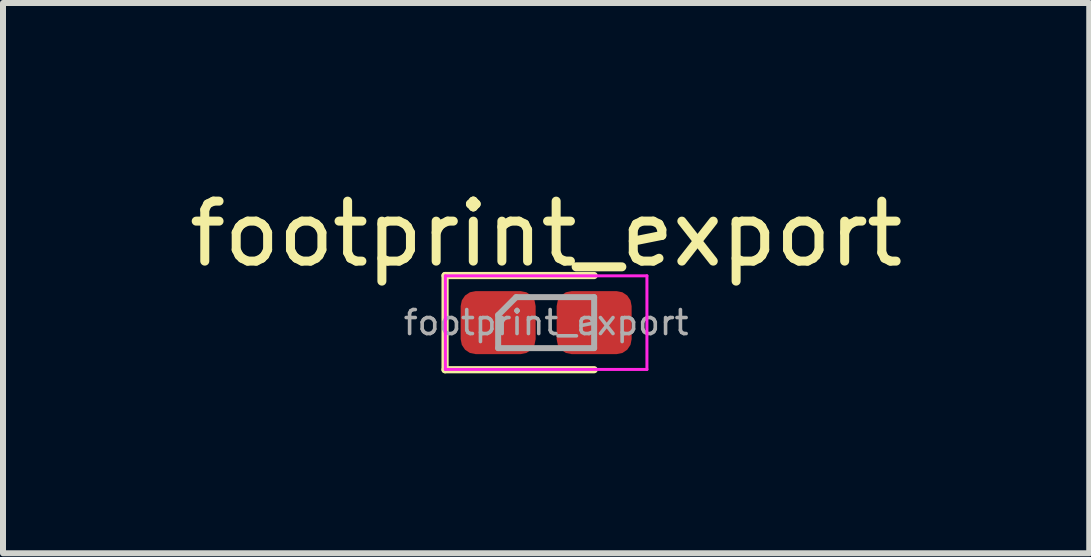
<source format=kicad_pcb>
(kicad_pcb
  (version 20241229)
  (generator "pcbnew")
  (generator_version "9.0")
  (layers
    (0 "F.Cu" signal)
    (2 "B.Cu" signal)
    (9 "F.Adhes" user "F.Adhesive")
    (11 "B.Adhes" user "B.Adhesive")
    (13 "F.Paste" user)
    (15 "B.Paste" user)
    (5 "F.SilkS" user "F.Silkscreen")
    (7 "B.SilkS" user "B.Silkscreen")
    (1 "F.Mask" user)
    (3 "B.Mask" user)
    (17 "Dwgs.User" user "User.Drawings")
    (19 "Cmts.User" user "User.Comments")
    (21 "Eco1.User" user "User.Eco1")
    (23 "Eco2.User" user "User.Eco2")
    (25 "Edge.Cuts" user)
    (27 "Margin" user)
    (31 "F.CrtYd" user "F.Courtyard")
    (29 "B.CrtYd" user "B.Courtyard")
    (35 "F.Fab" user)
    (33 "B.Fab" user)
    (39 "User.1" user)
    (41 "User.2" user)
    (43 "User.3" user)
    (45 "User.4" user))
  (footprint "footprint_export"
    (layer "F.Cu")
    (at 6.054 2.328)
    (property "Reference" "footprint_export" (at 0 -1.48 0) (layer "F.SilkS") (effects (font (size 1 1) (thickness 0.15))))
    (attr smd)
    (fp_line (start -1.685 -0.785) (end -1.685 0.785) (stroke (width 0.12) (type solid)) (layer "F.SilkS"))
    (fp_line (start -1.685 0.785) (end 0.8 0.785) (stroke (width 0.12) (type solid)) (layer "F.SilkS"))
    (fp_line (start 0.8 -0.785) (end -1.685 -0.785) (stroke (width 0.12) (type solid)) (layer "F.SilkS"))
    (fp_line (start -1.68 -0.78) (end 1.68 -0.78) (stroke (width 0.05) (type solid)) (layer "F.CrtYd"))
    (fp_line (start -1.68 0.78) (end -1.68 -0.78) (stroke (width 0.05) (type solid)) (layer "F.CrtYd"))
    (fp_line (start 1.68 -0.78) (end 1.68 0.78) (stroke (width 0.05) (type solid)) (layer "F.CrtYd"))
    (fp_line (start 1.68 0.78) (end -1.68 0.78) (stroke (width 0.05) (type solid)) (layer "F.CrtYd"))
    (fp_line (start -0.8 -0.125) (end -0.8 0.425) (stroke (width 0.1) (type solid)) (layer "F.Fab"))
    (fp_line (start -0.8 0.425) (end 0.8 0.425) (stroke (width 0.1) (type solid)) (layer "F.Fab"))
    (fp_line (start -0.5 -0.425) (end -0.8 -0.125) (stroke (width 0.1) (type solid)) (layer "F.Fab"))
    (fp_line (start 0.8 -0.425) (end -0.5 -0.425) (stroke (width 0.1) (type solid)) (layer "F.Fab"))
    (fp_line (start 0.8 0.425) (end 0.8 -0.425) (stroke (width 0.1) (type solid)) (layer "F.Fab"))
    (fp_text user "${REFERENCE}" (at 0 0 0) (layer "F.Fab") (effects (font (size 0.4 0.4) (thickness 0.06))))
    (pad "1" smd roundrect (at -0.8 0) (size 1.25 1.05) (layers "F.Cu" "F.Mask" "F.Paste") (roundrect_rratio 0.238))
    (pad "2" smd roundrect (at 0.8 0) (size 1.25 1.05) (layers "F.Cu" "F.Mask" "F.Paste") (roundrect_rratio 0.238)))
  (gr_rect
    (start -3 -3)
    (end 15.107 6.173)
    (stroke (width 0.1) (type default))
    (fill no)
    (layer "Edge.Cuts")))
</source>
